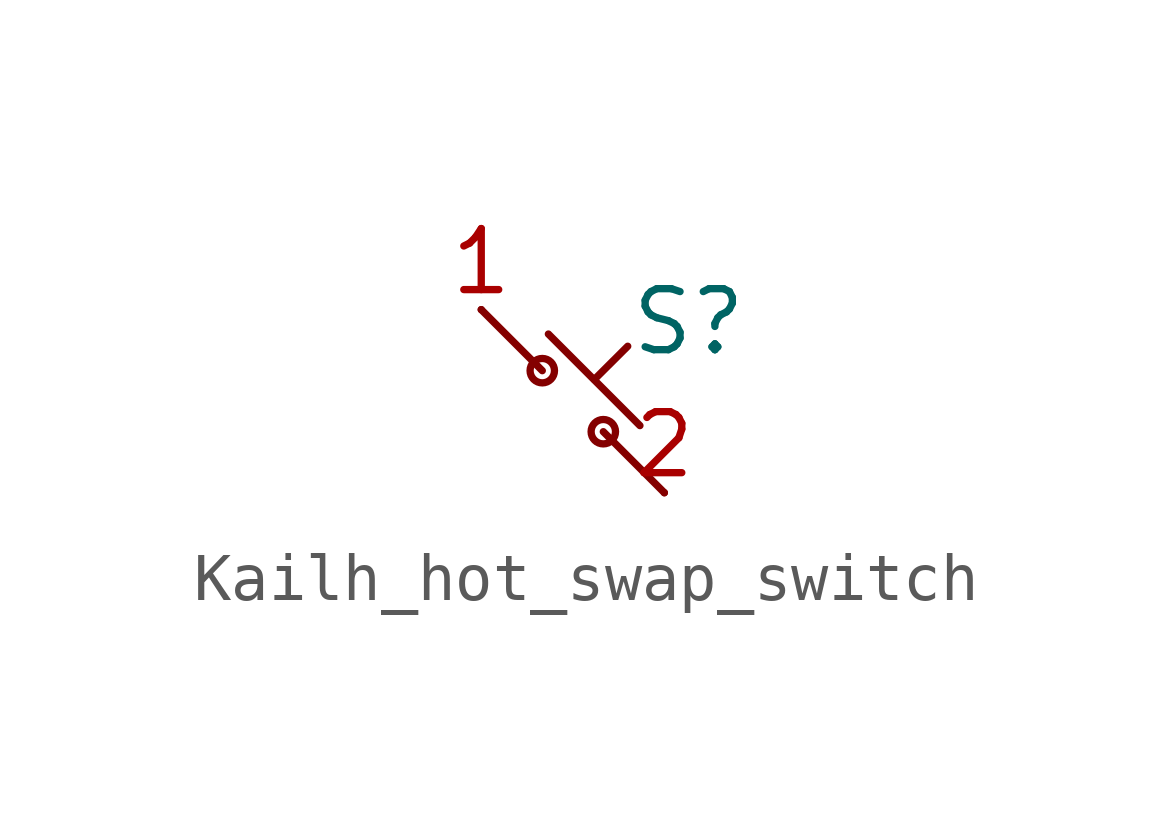
<source format=kicad_sym>
(kicad_symbol_lib
  (version 20231120)
  (generator "kicad_symbol_editor")
  (generator_version "8.0")
  (symbol "Kailh_hot_swap_switch"
    (property "Reference" "S"
      (at 3.048 2.286 0)
      (effects (font (size 1.27 1.27))))
    (property "Value" ""
      (at 0.508 0.508 0)
      (effects (font (size 1.27 1.27))))
    (symbol "Kailh_hot_swap_switch_0_1"
      (polyline (pts (xy 0 1.27) (xy -1.27 2.54)) (stroke (width 0) (type default)) (fill (type none)))
      (polyline (pts (xy 0.127 2.032) (xy 2.032 0.127)) (stroke (width 0) (type default)) (fill (type none)))
      (polyline (pts (xy 1.083 1.086) (xy 1.778 1.778)) (stroke (width 0) (type default)) (fill (type none)))
      (polyline (pts (xy 1.27 0) (xy 2.54 -1.27)) (stroke (width 0) (type default)) (fill (type none)))
      (circle (center 0 1.27) (radius 0.254) (stroke (width 0) (type default)) (fill (type none)))
      (circle (center 1.27 0) (radius 0.254) (stroke (width 0) (type default)) (fill (type none))))
    (symbol "Kailh_hot_swap_switch_1_1"
      (pin bidirectional line (at -1.27 2.54 180) (length 0) (name "" (effects (font (size 1.27 1.27)))) (number "1" (effects (font (size 1.27 1.27)))))
      (pin bidirectional line (at 2.54 -1.27 0) (length 0) (name "" (effects (font (size 1.27 1.27)))) (number "2" (effects (font (size 1.27 1.27))))))))
</source>
